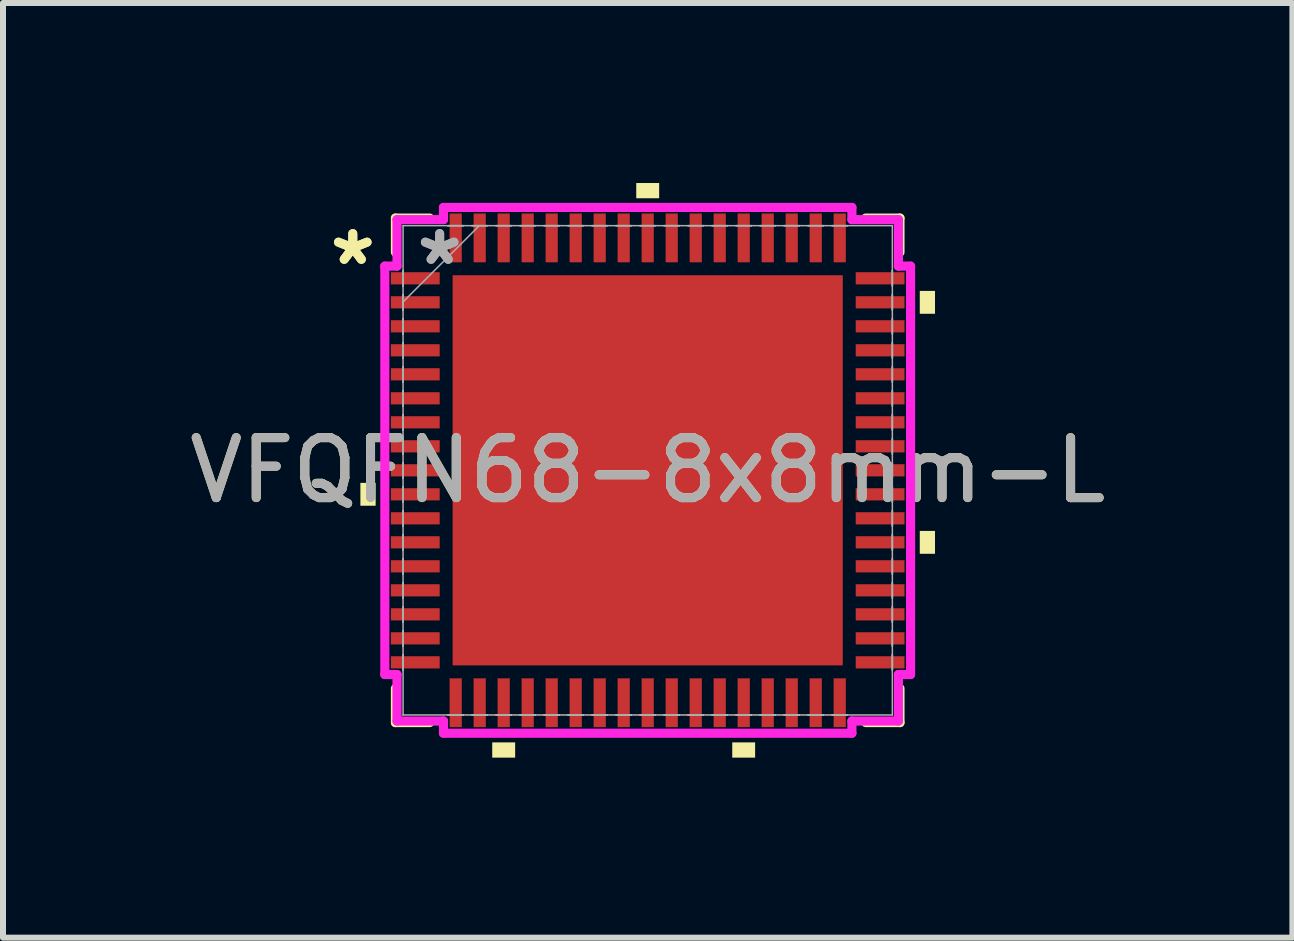
<source format=kicad_pcb>
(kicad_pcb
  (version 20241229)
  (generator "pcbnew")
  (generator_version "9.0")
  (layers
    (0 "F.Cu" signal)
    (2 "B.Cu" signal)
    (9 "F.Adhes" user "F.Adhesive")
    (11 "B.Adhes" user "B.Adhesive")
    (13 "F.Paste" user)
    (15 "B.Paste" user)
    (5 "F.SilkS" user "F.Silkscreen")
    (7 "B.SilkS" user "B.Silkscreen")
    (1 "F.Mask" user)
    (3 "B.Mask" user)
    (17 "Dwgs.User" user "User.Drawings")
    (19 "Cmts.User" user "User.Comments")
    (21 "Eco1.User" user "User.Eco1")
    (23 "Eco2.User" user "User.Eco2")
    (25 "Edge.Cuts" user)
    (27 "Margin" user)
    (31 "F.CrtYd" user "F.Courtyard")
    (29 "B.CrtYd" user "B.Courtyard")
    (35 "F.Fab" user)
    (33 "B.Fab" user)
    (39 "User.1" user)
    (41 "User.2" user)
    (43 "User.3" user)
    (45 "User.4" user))
  (footprint "VFQFN68-8x8mm-L"
    (layer "F.Cu")
    (at 7.744 4.788)
    (property "Reference" "VFQFN68-8x8mm-L" (at 0 0 0) (unlocked yes) (layer "F.SilkS") (effects (font (size 1 1) (thickness 0.15))))
    (attr smd)
    (fp_line (start -4.204 -4.204) (end -4.204 -3.634) (stroke (width 0.152) (type solid)) (layer "F.SilkS"))
    (fp_line (start -4.204 3.634) (end -4.204 4.204) (stroke (width 0.152) (type solid)) (layer "F.SilkS"))
    (fp_line (start -4.204 4.204) (end -3.634 4.204) (stroke (width 0.152) (type solid)) (layer "F.SilkS"))
    (fp_line (start -3.634 -4.204) (end -4.204 -4.204) (stroke (width 0.152) (type solid)) (layer "F.SilkS"))
    (fp_line (start 3.634 4.204) (end 4.204 4.204) (stroke (width 0.152) (type solid)) (layer "F.SilkS"))
    (fp_line (start 4.204 -4.204) (end 3.634 -4.204) (stroke (width 0.152) (type solid)) (layer "F.SilkS"))
    (fp_line (start 4.204 -3.634) (end 4.204 -4.204) (stroke (width 0.152) (type solid)) (layer "F.SilkS"))
    (fp_line (start 4.204 4.204) (end 4.204 3.634) (stroke (width 0.152) (type solid)) (layer "F.SilkS"))
    (fp_poly (pts (xy -4.788 0.209) (xy -4.788 0.59) (xy -4.534 0.59) (xy -4.534 0.209)) (stroke (width 0) (type solid)) (fill yes) (layer "F.SilkS"))
    (fp_poly (pts (xy -2.591 4.534) (xy -2.591 4.788) (xy -2.209 4.788) (xy -2.209 4.534)) (stroke (width 0) (type solid)) (fill yes) (layer "F.SilkS"))
    (fp_poly (pts (xy -0.191 -4.534) (xy -0.191 -4.788) (xy 0.191 -4.788) (xy 0.191 -4.534)) (stroke (width 0) (type solid)) (fill yes) (layer "F.SilkS"))
    (fp_poly (pts (xy 1.409 4.534) (xy 1.409 4.788) (xy 1.79 4.788) (xy 1.79 4.534)) (stroke (width 0) (type solid)) (fill yes) (layer "F.SilkS"))
    (fp_poly (pts (xy 4.788 -2.99) (xy 4.788 -2.609) (xy 4.534 -2.609) (xy 4.534 -2.99)) (stroke (width 0) (type solid)) (fill yes) (layer "F.SilkS"))
    (fp_poly (pts (xy 4.788 1.01) (xy 4.788 1.391) (xy 4.534 1.391) (xy 4.534 1.01)) (stroke (width 0) (type solid)) (fill yes) (layer "F.SilkS"))
    (fp_poly (pts (xy -3.151 -3.151) (xy -3.151 -2.051) (xy -2.051 -2.051) (xy -2.051 -3.151)) (stroke (width 0) (type solid)) (fill yes) (layer "F.Paste"))
    (fp_poly (pts (xy -3.151 -1.851) (xy -3.151 -0.75) (xy -2.051 -0.75) (xy -2.051 -1.851)) (stroke (width 0) (type solid)) (fill yes) (layer "F.Paste"))
    (fp_poly (pts (xy -3.151 -0.55) (xy -3.151 0.55) (xy -2.051 0.55) (xy -2.051 -0.55)) (stroke (width 0) (type solid)) (fill yes) (layer "F.Paste"))
    (fp_poly (pts (xy -3.151 0.75) (xy -3.151 1.851) (xy -2.051 1.851) (xy -2.051 0.75)) (stroke (width 0) (type solid)) (fill yes) (layer "F.Paste"))
    (fp_poly (pts (xy -3.151 2.051) (xy -3.151 3.151) (xy -2.051 3.151) (xy -2.051 2.051)) (stroke (width 0) (type solid)) (fill yes) (layer "F.Paste"))
    (fp_poly (pts (xy -1.851 -3.151) (xy -1.851 -2.051) (xy -0.75 -2.051) (xy -0.75 -3.151)) (stroke (width 0) (type solid)) (fill yes) (layer "F.Paste"))
    (fp_poly (pts (xy -1.851 -1.851) (xy -1.851 -0.75) (xy -0.75 -0.75) (xy -0.75 -1.851)) (stroke (width 0) (type solid)) (fill yes) (layer "F.Paste"))
    (fp_poly (pts (xy -1.851 -0.55) (xy -1.851 0.55) (xy -0.75 0.55) (xy -0.75 -0.55)) (stroke (width 0) (type solid)) (fill yes) (layer "F.Paste"))
    (fp_poly (pts (xy -1.851 0.75) (xy -1.851 1.851) (xy -0.75 1.851) (xy -0.75 0.75)) (stroke (width 0) (type solid)) (fill yes) (layer "F.Paste"))
    (fp_poly (pts (xy -1.851 2.051) (xy -1.851 3.151) (xy -0.75 3.151) (xy -0.75 2.051)) (stroke (width 0) (type solid)) (fill yes) (layer "F.Paste"))
    (fp_poly (pts (xy -0.55 -3.151) (xy -0.55 -2.051) (xy 0.55 -2.051) (xy 0.55 -3.151)) (stroke (width 0) (type solid)) (fill yes) (layer "F.Paste"))
    (fp_poly (pts (xy -0.55 -1.851) (xy -0.55 -0.75) (xy 0.55 -0.75) (xy 0.55 -1.851)) (stroke (width 0) (type solid)) (fill yes) (layer "F.Paste"))
    (fp_poly (pts (xy -0.55 -0.55) (xy -0.55 0.55) (xy 0.55 0.55) (xy 0.55 -0.55)) (stroke (width 0) (type solid)) (fill yes) (layer "F.Paste"))
    (fp_poly (pts (xy -0.55 0.75) (xy -0.55 1.851) (xy 0.55 1.851) (xy 0.55 0.75)) (stroke (width 0) (type solid)) (fill yes) (layer "F.Paste"))
    (fp_poly (pts (xy -0.55 2.051) (xy -0.55 3.151) (xy 0.55 3.151) (xy 0.55 2.051)) (stroke (width 0) (type solid)) (fill yes) (layer "F.Paste"))
    (fp_poly (pts (xy 0.75 -3.151) (xy 0.75 -2.051) (xy 1.851 -2.051) (xy 1.851 -3.151)) (stroke (width 0) (type solid)) (fill yes) (layer "F.Paste"))
    (fp_poly (pts (xy 0.75 -1.851) (xy 0.75 -0.75) (xy 1.851 -0.75) (xy 1.851 -1.851)) (stroke (width 0) (type solid)) (fill yes) (layer "F.Paste"))
    (fp_poly (pts (xy 0.75 -0.55) (xy 0.75 0.55) (xy 1.851 0.55) (xy 1.851 -0.55)) (stroke (width 0) (type solid)) (fill yes) (layer "F.Paste"))
    (fp_poly (pts (xy 0.75 0.75) (xy 0.75 1.851) (xy 1.851 1.851) (xy 1.851 0.75)) (stroke (width 0) (type solid)) (fill yes) (layer "F.Paste"))
    (fp_poly (pts (xy 0.75 2.051) (xy 0.75 3.151) (xy 1.851 3.151) (xy 1.851 2.051)) (stroke (width 0) (type solid)) (fill yes) (layer "F.Paste"))
    (fp_poly (pts (xy 2.051 -3.151) (xy 2.051 -2.051) (xy 3.151 -2.051) (xy 3.151 -3.151)) (stroke (width 0) (type solid)) (fill yes) (layer "F.Paste"))
    (fp_poly (pts (xy 2.051 -1.851) (xy 2.051 -0.75) (xy 3.151 -0.75) (xy 3.151 -1.851)) (stroke (width 0) (type solid)) (fill yes) (layer "F.Paste"))
    (fp_poly (pts (xy 2.051 -0.55) (xy 2.051 0.55) (xy 3.151 0.55) (xy 3.151 -0.55)) (stroke (width 0) (type solid)) (fill yes) (layer "F.Paste"))
    (fp_poly (pts (xy 2.051 0.75) (xy 2.051 1.851) (xy 3.151 1.851) (xy 3.151 0.75)) (stroke (width 0) (type solid)) (fill yes) (layer "F.Paste"))
    (fp_poly (pts (xy 2.051 2.051) (xy 2.051 3.151) (xy 3.151 3.151) (xy 3.151 2.051)) (stroke (width 0) (type solid)) (fill yes) (layer "F.Paste"))
    (fp_line (start -4.381 -3.403) (end -4.178 -3.403) (stroke (width 0.152) (type solid)) (layer "F.CrtYd"))
    (fp_line (start -4.381 3.403) (end -4.381 -3.403) (stroke (width 0.152) (type solid)) (layer "F.CrtYd"))
    (fp_line (start -4.178 -4.178) (end -3.403 -4.178) (stroke (width 0.152) (type solid)) (layer "F.CrtYd"))
    (fp_line (start -4.178 -3.403) (end -4.178 -4.178) (stroke (width 0.152) (type solid)) (layer "F.CrtYd"))
    (fp_line (start -4.178 3.403) (end -4.381 3.403) (stroke (width 0.152) (type solid)) (layer "F.CrtYd"))
    (fp_line (start -4.178 4.178) (end -4.178 3.403) (stroke (width 0.152) (type solid)) (layer "F.CrtYd"))
    (fp_line (start -3.403 -4.381) (end 3.403 -4.381) (stroke (width 0.152) (type solid)) (layer "F.CrtYd"))
    (fp_line (start -3.403 -4.178) (end -3.403 -4.381) (stroke (width 0.152) (type solid)) (layer "F.CrtYd"))
    (fp_line (start -3.403 4.178) (end -4.178 4.178) (stroke (width 0.152) (type solid)) (layer "F.CrtYd"))
    (fp_line (start -3.403 4.381) (end -3.403 4.178) (stroke (width 0.152) (type solid)) (layer "F.CrtYd"))
    (fp_line (start 3.403 -4.381) (end 3.403 -4.178) (stroke (width 0.152) (type solid)) (layer "F.CrtYd"))
    (fp_line (start 3.403 -4.178) (end 4.178 -4.178) (stroke (width 0.152) (type solid)) (layer "F.CrtYd"))
    (fp_line (start 3.403 4.178) (end 3.403 4.381) (stroke (width 0.152) (type solid)) (layer "F.CrtYd"))
    (fp_line (start 3.403 4.381) (end -3.403 4.381) (stroke (width 0.152) (type solid)) (layer "F.CrtYd"))
    (fp_line (start 4.178 -4.178) (end 4.178 -3.403) (stroke (width 0.152) (type solid)) (layer "F.CrtYd"))
    (fp_line (start 4.178 -3.403) (end 4.381 -3.403) (stroke (width 0.152) (type solid)) (layer "F.CrtYd"))
    (fp_line (start 4.178 3.403) (end 4.178 4.178) (stroke (width 0.152) (type solid)) (layer "F.CrtYd"))
    (fp_line (start 4.178 4.178) (end 3.403 4.178) (stroke (width 0.152) (type solid)) (layer "F.CrtYd"))
    (fp_line (start 4.381 -3.403) (end 4.381 3.403) (stroke (width 0.152) (type solid)) (layer "F.CrtYd"))
    (fp_line (start 4.381 3.403) (end 4.178 3.403) (stroke (width 0.152) (type solid)) (layer "F.CrtYd"))
    (fp_line (start -4.077 -4.077) (end -4.077 -4.077) (stroke (width 0.025) (type solid)) (layer "F.Fab"))
    (fp_line (start -4.077 -4.077) (end -4.077 4.077) (stroke (width 0.025) (type solid)) (layer "F.Fab"))
    (fp_line (start -4.077 -3.327) (end -4.077 -3.327) (stroke (width 0.025) (type solid)) (layer "F.Fab"))
    (fp_line (start -4.077 -3.327) (end -4.077 -3.073) (stroke (width 0.025) (type solid)) (layer "F.Fab"))
    (fp_line (start -4.077 -3.073) (end -4.077 -3.327) (stroke (width 0.025) (type solid)) (layer "F.Fab"))
    (fp_line (start -4.077 -3.073) (end -4.077 -3.073) (stroke (width 0.025) (type solid)) (layer "F.Fab"))
    (fp_line (start -4.077 -2.927) (end -4.077 -2.927) (stroke (width 0.025) (type solid)) (layer "F.Fab"))
    (fp_line (start -4.077 -2.927) (end -4.077 -2.673) (stroke (width 0.025) (type solid)) (layer "F.Fab"))
    (fp_line (start -4.077 -2.807) (end -2.807 -4.077) (stroke (width 0.025) (type solid)) (layer "F.Fab"))
    (fp_line (start -4.077 -2.673) (end -4.077 -2.927) (stroke (width 0.025) (type solid)) (layer "F.Fab"))
    (fp_line (start -4.077 -2.673) (end -4.077 -2.673) (stroke (width 0.025) (type solid)) (layer "F.Fab"))
    (fp_line (start -4.077 -2.527) (end -4.077 -2.527) (stroke (width 0.025) (type solid)) (layer "F.Fab"))
    (fp_line (start -4.077 -2.527) (end -4.077 -2.273) (stroke (width 0.025) (type solid)) (layer "F.Fab"))
    (fp_line (start -4.077 -2.273) (end -4.077 -2.527) (stroke (width 0.025) (type solid)) (layer "F.Fab"))
    (fp_line (start -4.077 -2.273) (end -4.077 -2.273) (stroke (width 0.025) (type solid)) (layer "F.Fab"))
    (fp_line (start -4.077 -2.127) (end -4.077 -2.127) (stroke (width 0.025) (type solid)) (layer "F.Fab"))
    (fp_line (start -4.077 -2.127) (end -4.077 -1.873) (stroke (width 0.025) (type solid)) (layer "F.Fab"))
    (fp_line (start -4.077 -1.873) (end -4.077 -2.127) (stroke (width 0.025) (type solid)) (layer "F.Fab"))
    (fp_line (start -4.077 -1.873) (end -4.077 -1.873) (stroke (width 0.025) (type solid)) (layer "F.Fab"))
    (fp_line (start -4.077 -1.727) (end -4.077 -1.727) (stroke (width 0.025) (type solid)) (layer "F.Fab"))
    (fp_line (start -4.077 -1.727) (end -4.077 -1.473) (stroke (width 0.025) (type solid)) (layer "F.Fab"))
    (fp_line (start -4.077 -1.473) (end -4.077 -1.727) (stroke (width 0.025) (type solid)) (layer "F.Fab"))
    (fp_line (start -4.077 -1.473) (end -4.077 -1.473) (stroke (width 0.025) (type solid)) (layer "F.Fab"))
    (fp_line (start -4.077 -1.327) (end -4.077 -1.327) (stroke (width 0.025) (type solid)) (layer "F.Fab"))
    (fp_line (start -4.077 -1.327) (end -4.077 -1.073) (stroke (width 0.025) (type solid)) (layer "F.Fab"))
    (fp_line (start -4.077 -1.073) (end -4.077 -1.327) (stroke (width 0.025) (type solid)) (layer "F.Fab"))
    (fp_line (start -4.077 -1.073) (end -4.077 -1.073) (stroke (width 0.025) (type solid)) (layer "F.Fab"))
    (fp_line (start -4.077 -0.927) (end -4.077 -0.927) (stroke (width 0.025) (type solid)) (layer "F.Fab"))
    (fp_line (start -4.077 -0.927) (end -4.077 -0.673) (stroke (width 0.025) (type solid)) (layer "F.Fab"))
    (fp_line (start -4.077 -0.673) (end -4.077 -0.927) (stroke (width 0.025) (type solid)) (layer "F.Fab"))
    (fp_line (start -4.077 -0.673) (end -4.077 -0.673) (stroke (width 0.025) (type solid)) (layer "F.Fab"))
    (fp_line (start -4.077 -0.527) (end -4.077 -0.527) (stroke (width 0.025) (type solid)) (layer "F.Fab"))
    (fp_line (start -4.077 -0.527) (end -4.077 -0.273) (stroke (width 0.025) (type solid)) (layer "F.Fab"))
    (fp_line (start -4.077 -0.273) (end -4.077 -0.527) (stroke (width 0.025) (type solid)) (layer "F.Fab"))
    (fp_line (start -4.077 -0.273) (end -4.077 -0.273) (stroke (width 0.025) (type solid)) (layer "F.Fab"))
    (fp_line (start -4.077 -0.127) (end -4.077 -0.127) (stroke (width 0.025) (type solid)) (layer "F.Fab"))
    (fp_line (start -4.077 -0.127) (end -4.077 0.127) (stroke (width 0.025) (type solid)) (layer "F.Fab"))
    (fp_line (start -4.077 0.127) (end -4.077 -0.127) (stroke (width 0.025) (type solid)) (layer "F.Fab"))
    (fp_line (start -4.077 0.127) (end -4.077 0.127) (stroke (width 0.025) (type solid)) (layer "F.Fab"))
    (fp_line (start -4.077 0.273) (end -4.077 0.273) (stroke (width 0.025) (type solid)) (layer "F.Fab"))
    (fp_line (start -4.077 0.273) (end -4.077 0.527) (stroke (width 0.025) (type solid)) (layer "F.Fab"))
    (fp_line (start -4.077 0.527) (end -4.077 0.273) (stroke (width 0.025) (type solid)) (layer "F.Fab"))
    (fp_line (start -4.077 0.527) (end -4.077 0.527) (stroke (width 0.025) (type solid)) (layer "F.Fab"))
    (fp_line (start -4.077 0.673) (end -4.077 0.673) (stroke (width 0.025) (type solid)) (layer "F.Fab"))
    (fp_line (start -4.077 0.673) (end -4.077 0.927) (stroke (width 0.025) (type solid)) (layer "F.Fab"))
    (fp_line (start -4.077 0.927) (end -4.077 0.673) (stroke (width 0.025) (type solid)) (layer "F.Fab"))
    (fp_line (start -4.077 0.927) (end -4.077 0.927) (stroke (width 0.025) (type solid)) (layer "F.Fab"))
    (fp_line (start -4.077 1.073) (end -4.077 1.073) (stroke (width 0.025) (type solid)) (layer "F.Fab"))
    (fp_line (start -4.077 1.073) (end -4.077 1.327) (stroke (width 0.025) (type solid)) (layer "F.Fab"))
    (fp_line (start -4.077 1.327) (end -4.077 1.073) (stroke (width 0.025) (type solid)) (layer "F.Fab"))
    (fp_line (start -4.077 1.327) (end -4.077 1.327) (stroke (width 0.025) (type solid)) (layer "F.Fab"))
    (fp_line (start -4.077 1.473) (end -4.077 1.473) (stroke (width 0.025) (type solid)) (layer "F.Fab"))
    (fp_line (start -4.077 1.473) (end -4.077 1.727) (stroke (width 0.025) (type solid)) (layer "F.Fab"))
    (fp_line (start -4.077 1.727) (end -4.077 1.473) (stroke (width 0.025) (type solid)) (layer "F.Fab"))
    (fp_line (start -4.077 1.727) (end -4.077 1.727) (stroke (width 0.025) (type solid)) (layer "F.Fab"))
    (fp_line (start -4.077 1.873) (end -4.077 1.873) (stroke (width 0.025) (type solid)) (layer "F.Fab"))
    (fp_line (start -4.077 1.873) (end -4.077 2.127) (stroke (width 0.025) (type solid)) (layer "F.Fab"))
    (fp_line (start -4.077 2.127) (end -4.077 1.873) (stroke (width 0.025) (type solid)) (layer "F.Fab"))
    (fp_line (start -4.077 2.127) (end -4.077 2.127) (stroke (width 0.025) (type solid)) (layer "F.Fab"))
    (fp_line (start -4.077 2.273) (end -4.077 2.273) (stroke (width 0.025) (type solid)) (layer "F.Fab"))
    (fp_line (start -4.077 2.273) (end -4.077 2.527) (stroke (width 0.025) (type solid)) (layer "F.Fab"))
    (fp_line (start -4.077 2.527) (end -4.077 2.273) (stroke (width 0.025) (type solid)) (layer "F.Fab"))
    (fp_line (start -4.077 2.527) (end -4.077 2.527) (stroke (width 0.025) (type solid)) (layer "F.Fab"))
    (fp_line (start -4.077 2.673) (end -4.077 2.673) (stroke (width 0.025) (type solid)) (layer "F.Fab"))
    (fp_line (start -4.077 2.673) (end -4.077 2.927) (stroke (width 0.025) (type solid)) (layer "F.Fab"))
    (fp_line (start -4.077 2.927) (end -4.077 2.673) (stroke (width 0.025) (type solid)) (layer "F.Fab"))
    (fp_line (start -4.077 2.927) (end -4.077 2.927) (stroke (width 0.025) (type solid)) (layer "F.Fab"))
    (fp_line (start -4.077 3.073) (end -4.077 3.073) (stroke (width 0.025) (type solid)) (layer "F.Fab"))
    (fp_line (start -4.077 3.073) (end -4.077 3.327) (stroke (width 0.025) (type solid)) (layer "F.Fab"))
    (fp_line (start -4.077 3.327) (end -4.077 3.073) (stroke (width 0.025) (type solid)) (layer "F.Fab"))
    (fp_line (start -4.077 3.327) (end -4.077 3.327) (stroke (width 0.025) (type solid)) (layer "F.Fab"))
    (fp_line (start -4.077 4.077) (end -4.077 4.077) (stroke (width 0.025) (type solid)) (layer "F.Fab"))
    (fp_line (start -4.077 4.077) (end 4.077 4.077) (stroke (width 0.025) (type solid)) (layer "F.Fab"))
    (fp_line (start -3.327 -4.077) (end -3.327 -4.077) (stroke (width 0.025) (type solid)) (layer "F.Fab"))
    (fp_line (start -3.327 -4.077) (end -3.073 -4.077) (stroke (width 0.025) (type solid)) (layer "F.Fab"))
    (fp_line (start -3.327 4.077) (end -3.327 4.077) (stroke (width 0.025) (type solid)) (layer "F.Fab"))
    (fp_line (start -3.327 4.077) (end -3.073 4.077) (stroke (width 0.025) (type solid)) (layer "F.Fab"))
    (fp_line (start -3.073 -4.077) (end -3.327 -4.077) (stroke (width 0.025) (type solid)) (layer "F.Fab"))
    (fp_line (start -3.073 -4.077) (end -3.073 -4.077) (stroke (width 0.025) (type solid)) (layer "F.Fab"))
    (fp_line (start -3.073 4.077) (end -3.327 4.077) (stroke (width 0.025) (type solid)) (layer "F.Fab"))
    (fp_line (start -3.073 4.077) (end -3.073 4.077) (stroke (width 0.025) (type solid)) (layer "F.Fab"))
    (fp_line (start -2.927 -4.077) (end -2.927 -4.077) (stroke (width 0.025) (type solid)) (layer "F.Fab"))
    (fp_line (start -2.927 -4.077) (end -2.673 -4.077) (stroke (width 0.025) (type solid)) (layer "F.Fab"))
    (fp_line (start -2.927 4.077) (end -2.927 4.077) (stroke (width 0.025) (type solid)) (layer "F.Fab"))
    (fp_line (start -2.927 4.077) (end -2.673 4.077) (stroke (width 0.025) (type solid)) (layer "F.Fab"))
    (fp_line (start -2.673 -4.077) (end -2.927 -4.077) (stroke (width 0.025) (type solid)) (layer "F.Fab"))
    (fp_line (start -2.673 -4.077) (end -2.673 -4.077) (stroke (width 0.025) (type solid)) (layer "F.Fab"))
    (fp_line (start -2.673 4.077) (end -2.927 4.077) (stroke (width 0.025) (type solid)) (layer "F.Fab"))
    (fp_line (start -2.673 4.077) (end -2.673 4.077) (stroke (width 0.025) (type solid)) (layer "F.Fab"))
    (fp_line (start -2.527 -4.077) (end -2.527 -4.077) (stroke (width 0.025) (type solid)) (layer "F.Fab"))
    (fp_line (start -2.527 -4.077) (end -2.273 -4.077) (stroke (width 0.025) (type solid)) (layer "F.Fab"))
    (fp_line (start -2.527 4.077) (end -2.527 4.077) (stroke (width 0.025) (type solid)) (layer "F.Fab"))
    (fp_line (start -2.527 4.077) (end -2.273 4.077) (stroke (width 0.025) (type solid)) (layer "F.Fab"))
    (fp_line (start -2.273 -4.077) (end -2.527 -4.077) (stroke (width 0.025) (type solid)) (layer "F.Fab"))
    (fp_line (start -2.273 -4.077) (end -2.273 -4.077) (stroke (width 0.025) (type solid)) (layer "F.Fab"))
    (fp_line (start -2.273 4.077) (end -2.527 4.077) (stroke (width 0.025) (type solid)) (layer "F.Fab"))
    (fp_line (start -2.273 4.077) (end -2.273 4.077) (stroke (width 0.025) (type solid)) (layer "F.Fab"))
    (fp_line (start -2.127 -4.077) (end -2.127 -4.077) (stroke (width 0.025) (type solid)) (layer "F.Fab"))
    (fp_line (start -2.127 -4.077) (end -1.873 -4.077) (stroke (width 0.025) (type solid)) (layer "F.Fab"))
    (fp_line (start -2.127 4.077) (end -2.127 4.077) (stroke (width 0.025) (type solid)) (layer "F.Fab"))
    (fp_line (start -2.127 4.077) (end -1.873 4.077) (stroke (width 0.025) (type solid)) (layer "F.Fab"))
    (fp_line (start -1.873 -4.077) (end -2.127 -4.077) (stroke (width 0.025) (type solid)) (layer "F.Fab"))
    (fp_line (start -1.873 -4.077) (end -1.873 -4.077) (stroke (width 0.025) (type solid)) (layer "F.Fab"))
    (fp_line (start -1.873 4.077) (end -2.127 4.077) (stroke (width 0.025) (type solid)) (layer "F.Fab"))
    (fp_line (start -1.873 4.077) (end -1.873 4.077) (stroke (width 0.025) (type solid)) (layer "F.Fab"))
    (fp_line (start -1.727 -4.077) (end -1.727 -4.077) (stroke (width 0.025) (type solid)) (layer "F.Fab"))
    (fp_line (start -1.727 -4.077) (end -1.473 -4.077) (stroke (width 0.025) (type solid)) (layer "F.Fab"))
    (fp_line (start -1.727 4.077) (end -1.727 4.077) (stroke (width 0.025) (type solid)) (layer "F.Fab"))
    (fp_line (start -1.727 4.077) (end -1.473 4.077) (stroke (width 0.025) (type solid)) (layer "F.Fab"))
    (fp_line (start -1.473 -4.077) (end -1.727 -4.077) (stroke (width 0.025) (type solid)) (layer "F.Fab"))
    (fp_line (start -1.473 -4.077) (end -1.473 -4.077) (stroke (width 0.025) (type solid)) (layer "F.Fab"))
    (fp_line (start -1.473 4.077) (end -1.727 4.077) (stroke (width 0.025) (type solid)) (layer "F.Fab"))
    (fp_line (start -1.473 4.077) (end -1.473 4.077) (stroke (width 0.025) (type solid)) (layer "F.Fab"))
    (fp_line (start -1.327 -4.077) (end -1.327 -4.077) (stroke (width 0.025) (type solid)) (layer "F.Fab"))
    (fp_line (start -1.327 -4.077) (end -1.073 -4.077) (stroke (width 0.025) (type solid)) (layer "F.Fab"))
    (fp_line (start -1.327 4.077) (end -1.327 4.077) (stroke (width 0.025) (type solid)) (layer "F.Fab"))
    (fp_line (start -1.327 4.077) (end -1.073 4.077) (stroke (width 0.025) (type solid)) (layer "F.Fab"))
    (fp_line (start -1.073 -4.077) (end -1.327 -4.077) (stroke (width 0.025) (type solid)) (layer "F.Fab"))
    (fp_line (start -1.073 -4.077) (end -1.073 -4.077) (stroke (width 0.025) (type solid)) (layer "F.Fab"))
    (fp_line (start -1.073 4.077) (end -1.327 4.077) (stroke (width 0.025) (type solid)) (layer "F.Fab"))
    (fp_line (start -1.073 4.077) (end -1.073 4.077) (stroke (width 0.025) (type solid)) (layer "F.Fab"))
    (fp_line (start -0.927 -4.077) (end -0.927 -4.077) (stroke (width 0.025) (type solid)) (layer "F.Fab"))
    (fp_line (start -0.927 -4.077) (end -0.673 -4.077) (stroke (width 0.025) (type solid)) (layer "F.Fab"))
    (fp_line (start -0.927 4.077) (end -0.927 4.077) (stroke (width 0.025) (type solid)) (layer "F.Fab"))
    (fp_line (start -0.927 4.077) (end -0.673 4.077) (stroke (width 0.025) (type solid)) (layer "F.Fab"))
    (fp_line (start -0.673 -4.077) (end -0.927 -4.077) (stroke (width 0.025) (type solid)) (layer "F.Fab"))
    (fp_line (start -0.673 -4.077) (end -0.673 -4.077) (stroke (width 0.025) (type solid)) (layer "F.Fab"))
    (fp_line (start -0.673 4.077) (end -0.927 4.077) (stroke (width 0.025) (type solid)) (layer "F.Fab"))
    (fp_line (start -0.673 4.077) (end -0.673 4.077) (stroke (width 0.025) (type solid)) (layer "F.Fab"))
    (fp_line (start -0.527 -4.077) (end -0.527 -4.077) (stroke (width 0.025) (type solid)) (layer "F.Fab"))
    (fp_line (start -0.527 -4.077) (end -0.273 -4.077) (stroke (width 0.025) (type solid)) (layer "F.Fab"))
    (fp_line (start -0.527 4.077) (end -0.527 4.077) (stroke (width 0.025) (type solid)) (layer "F.Fab"))
    (fp_line (start -0.527 4.077) (end -0.273 4.077) (stroke (width 0.025) (type solid)) (layer "F.Fab"))
    (fp_line (start -0.273 -4.077) (end -0.527 -4.077) (stroke (width 0.025) (type solid)) (layer "F.Fab"))
    (fp_line (start -0.273 -4.077) (end -0.273 -4.077) (stroke (width 0.025) (type solid)) (layer "F.Fab"))
    (fp_line (start -0.273 4.077) (end -0.527 4.077) (stroke (width 0.025) (type solid)) (layer "F.Fab"))
    (fp_line (start -0.273 4.077) (end -0.273 4.077) (stroke (width 0.025) (type solid)) (layer "F.Fab"))
    (fp_line (start -0.127 -4.077) (end -0.127 -4.077) (stroke (width 0.025) (type solid)) (layer "F.Fab"))
    (fp_line (start -0.127 -4.077) (end 0.127 -4.077) (stroke (width 0.025) (type solid)) (layer "F.Fab"))
    (fp_line (start -0.127 4.077) (end -0.127 4.077) (stroke (width 0.025) (type solid)) (layer "F.Fab"))
    (fp_line (start -0.127 4.077) (end 0.127 4.077) (stroke (width 0.025) (type solid)) (layer "F.Fab"))
    (fp_line (start 0.127 -4.077) (end -0.127 -4.077) (stroke (width 0.025) (type solid)) (layer "F.Fab"))
    (fp_line (start 0.127 -4.077) (end 0.127 -4.077) (stroke (width 0.025) (type solid)) (layer "F.Fab"))
    (fp_line (start 0.127 4.077) (end -0.127 4.077) (stroke (width 0.025) (type solid)) (layer "F.Fab"))
    (fp_line (start 0.127 4.077) (end 0.127 4.077) (stroke (width 0.025) (type solid)) (layer "F.Fab"))
    (fp_line (start 0.273 -4.077) (end 0.273 -4.077) (stroke (width 0.025) (type solid)) (layer "F.Fab"))
    (fp_line (start 0.273 -4.077) (end 0.527 -4.077) (stroke (width 0.025) (type solid)) (layer "F.Fab"))
    (fp_line (start 0.273 4.077) (end 0.273 4.077) (stroke (width 0.025) (type solid)) (layer "F.Fab"))
    (fp_line (start 0.273 4.077) (end 0.527 4.077) (stroke (width 0.025) (type solid)) (layer "F.Fab"))
    (fp_line (start 0.527 -4.077) (end 0.273 -4.077) (stroke (width 0.025) (type solid)) (layer "F.Fab"))
    (fp_line (start 0.527 -4.077) (end 0.527 -4.077) (stroke (width 0.025) (type solid)) (layer "F.Fab"))
    (fp_line (start 0.527 4.077) (end 0.273 4.077) (stroke (width 0.025) (type solid)) (layer "F.Fab"))
    (fp_line (start 0.527 4.077) (end 0.527 4.077) (stroke (width 0.025) (type solid)) (layer "F.Fab"))
    (fp_line (start 0.673 -4.077) (end 0.673 -4.077) (stroke (width 0.025) (type solid)) (layer "F.Fab"))
    (fp_line (start 0.673 -4.077) (end 0.927 -4.077) (stroke (width 0.025) (type solid)) (layer "F.Fab"))
    (fp_line (start 0.673 4.077) (end 0.673 4.077) (stroke (width 0.025) (type solid)) (layer "F.Fab"))
    (fp_line (start 0.673 4.077) (end 0.927 4.077) (stroke (width 0.025) (type solid)) (layer "F.Fab"))
    (fp_line (start 0.927 -4.077) (end 0.673 -4.077) (stroke (width 0.025) (type solid)) (layer "F.Fab"))
    (fp_line (start 0.927 -4.077) (end 0.927 -4.077) (stroke (width 0.025) (type solid)) (layer "F.Fab"))
    (fp_line (start 0.927 4.077) (end 0.673 4.077) (stroke (width 0.025) (type solid)) (layer "F.Fab"))
    (fp_line (start 0.927 4.077) (end 0.927 4.077) (stroke (width 0.025) (type solid)) (layer "F.Fab"))
    (fp_line (start 1.073 -4.077) (end 1.073 -4.077) (stroke (width 0.025) (type solid)) (layer "F.Fab"))
    (fp_line (start 1.073 -4.077) (end 1.327 -4.077) (stroke (width 0.025) (type solid)) (layer "F.Fab"))
    (fp_line (start 1.073 4.077) (end 1.073 4.077) (stroke (width 0.025) (type solid)) (layer "F.Fab"))
    (fp_line (start 1.073 4.077) (end 1.327 4.077) (stroke (width 0.025) (type solid)) (layer "F.Fab"))
    (fp_line (start 1.327 -4.077) (end 1.073 -4.077) (stroke (width 0.025) (type solid)) (layer "F.Fab"))
    (fp_line (start 1.327 -4.077) (end 1.327 -4.077) (stroke (width 0.025) (type solid)) (layer "F.Fab"))
    (fp_line (start 1.327 4.077) (end 1.073 4.077) (stroke (width 0.025) (type solid)) (layer "F.Fab"))
    (fp_line (start 1.327 4.077) (end 1.327 4.077) (stroke (width 0.025) (type solid)) (layer "F.Fab"))
    (fp_line (start 1.473 -4.077) (end 1.473 -4.077) (stroke (width 0.025) (type solid)) (layer "F.Fab"))
    (fp_line (start 1.473 -4.077) (end 1.727 -4.077) (stroke (width 0.025) (type solid)) (layer "F.Fab"))
    (fp_line (start 1.473 4.077) (end 1.473 4.077) (stroke (width 0.025) (type solid)) (layer "F.Fab"))
    (fp_line (start 1.473 4.077) (end 1.727 4.077) (stroke (width 0.025) (type solid)) (layer "F.Fab"))
    (fp_line (start 1.727 -4.077) (end 1.473 -4.077) (stroke (width 0.025) (type solid)) (layer "F.Fab"))
    (fp_line (start 1.727 -4.077) (end 1.727 -4.077) (stroke (width 0.025) (type solid)) (layer "F.Fab"))
    (fp_line (start 1.727 4.077) (end 1.473 4.077) (stroke (width 0.025) (type solid)) (layer "F.Fab"))
    (fp_line (start 1.727 4.077) (end 1.727 4.077) (stroke (width 0.025) (type solid)) (layer "F.Fab"))
    (fp_line (start 1.873 -4.077) (end 1.873 -4.077) (stroke (width 0.025) (type solid)) (layer "F.Fab"))
    (fp_line (start 1.873 -4.077) (end 2.127 -4.077) (stroke (width 0.025) (type solid)) (layer "F.Fab"))
    (fp_line (start 1.873 4.077) (end 1.873 4.077) (stroke (width 0.025) (type solid)) (layer "F.Fab"))
    (fp_line (start 1.873 4.077) (end 2.127 4.077) (stroke (width 0.025) (type solid)) (layer "F.Fab"))
    (fp_line (start 2.127 -4.077) (end 1.873 -4.077) (stroke (width 0.025) (type solid)) (layer "F.Fab"))
    (fp_line (start 2.127 -4.077) (end 2.127 -4.077) (stroke (width 0.025) (type solid)) (layer "F.Fab"))
    (fp_line (start 2.127 4.077) (end 1.873 4.077) (stroke (width 0.025) (type solid)) (layer "F.Fab"))
    (fp_line (start 2.127 4.077) (end 2.127 4.077) (stroke (width 0.025) (type solid)) (layer "F.Fab"))
    (fp_line (start 2.273 -4.077) (end 2.273 -4.077) (stroke (width 0.025) (type solid)) (layer "F.Fab"))
    (fp_line (start 2.273 -4.077) (end 2.527 -4.077) (stroke (width 0.025) (type solid)) (layer "F.Fab"))
    (fp_line (start 2.273 4.077) (end 2.273 4.077) (stroke (width 0.025) (type solid)) (layer "F.Fab"))
    (fp_line (start 2.273 4.077) (end 2.527 4.077) (stroke (width 0.025) (type solid)) (layer "F.Fab"))
    (fp_line (start 2.527 -4.077) (end 2.273 -4.077) (stroke (width 0.025) (type solid)) (layer "F.Fab"))
    (fp_line (start 2.527 -4.077) (end 2.527 -4.077) (stroke (width 0.025) (type solid)) (layer "F.Fab"))
    (fp_line (start 2.527 4.077) (end 2.273 4.077) (stroke (width 0.025) (type solid)) (layer "F.Fab"))
    (fp_line (start 2.527 4.077) (end 2.527 4.077) (stroke (width 0.025) (type solid)) (layer "F.Fab"))
    (fp_line (start 2.673 -4.077) (end 2.673 -4.077) (stroke (width 0.025) (type solid)) (layer "F.Fab"))
    (fp_line (start 2.673 -4.077) (end 2.927 -4.077) (stroke (width 0.025) (type solid)) (layer "F.Fab"))
    (fp_line (start 2.673 4.077) (end 2.673 4.077) (stroke (width 0.025) (type solid)) (layer "F.Fab"))
    (fp_line (start 2.673 4.077) (end 2.927 4.077) (stroke (width 0.025) (type solid)) (layer "F.Fab"))
    (fp_line (start 2.927 -4.077) (end 2.673 -4.077) (stroke (width 0.025) (type solid)) (layer "F.Fab"))
    (fp_line (start 2.927 -4.077) (end 2.927 -4.077) (stroke (width 0.025) (type solid)) (layer "F.Fab"))
    (fp_line (start 2.927 4.077) (end 2.673 4.077) (stroke (width 0.025) (type solid)) (layer "F.Fab"))
    (fp_line (start 2.927 4.077) (end 2.927 4.077) (stroke (width 0.025) (type solid)) (layer "F.Fab"))
    (fp_line (start 3.073 -4.077) (end 3.073 -4.077) (stroke (width 0.025) (type solid)) (layer "F.Fab"))
    (fp_line (start 3.073 -4.077) (end 3.327 -4.077) (stroke (width 0.025) (type solid)) (layer "F.Fab"))
    (fp_line (start 3.073 4.077) (end 3.073 4.077) (stroke (width 0.025) (type solid)) (layer "F.Fab"))
    (fp_line (start 3.073 4.077) (end 3.327 4.077) (stroke (width 0.025) (type solid)) (layer "F.Fab"))
    (fp_line (start 3.327 -4.077) (end 3.073 -4.077) (stroke (width 0.025) (type solid)) (layer "F.Fab"))
    (fp_line (start 3.327 -4.077) (end 3.327 -4.077) (stroke (width 0.025) (type solid)) (layer "F.Fab"))
    (fp_line (start 3.327 4.077) (end 3.073 4.077) (stroke (width 0.025) (type solid)) (layer "F.Fab"))
    (fp_line (start 3.327 4.077) (end 3.327 4.077) (stroke (width 0.025) (type solid)) (layer "F.Fab"))
    (fp_line (start 4.077 -4.077) (end -4.077 -4.077) (stroke (width 0.025) (type solid)) (layer "F.Fab"))
    (fp_line (start 4.077 -4.077) (end 4.077 -4.077) (stroke (width 0.025) (type solid)) (layer "F.Fab"))
    (fp_line (start 4.077 -3.327) (end 4.077 -3.327) (stroke (width 0.025) (type solid)) (layer "F.Fab"))
    (fp_line (start 4.077 -3.327) (end 4.077 -3.073) (stroke (width 0.025) (type solid)) (layer "F.Fab"))
    (fp_line (start 4.077 -3.073) (end 4.077 -3.327) (stroke (width 0.025) (type solid)) (layer "F.Fab"))
    (fp_line (start 4.077 -3.073) (end 4.077 -3.073) (stroke (width 0.025) (type solid)) (layer "F.Fab"))
    (fp_line (start 4.077 -2.927) (end 4.077 -2.927) (stroke (width 0.025) (type solid)) (layer "F.Fab"))
    (fp_line (start 4.077 -2.927) (end 4.077 -2.673) (stroke (width 0.025) (type solid)) (layer "F.Fab"))
    (fp_line (start 4.077 -2.673) (end 4.077 -2.927) (stroke (width 0.025) (type solid)) (layer "F.Fab"))
    (fp_line (start 4.077 -2.673) (end 4.077 -2.673) (stroke (width 0.025) (type solid)) (layer "F.Fab"))
    (fp_line (start 4.077 -2.527) (end 4.077 -2.527) (stroke (width 0.025) (type solid)) (layer "F.Fab"))
    (fp_line (start 4.077 -2.527) (end 4.077 -2.273) (stroke (width 0.025) (type solid)) (layer "F.Fab"))
    (fp_line (start 4.077 -2.273) (end 4.077 -2.527) (stroke (width 0.025) (type solid)) (layer "F.Fab"))
    (fp_line (start 4.077 -2.273) (end 4.077 -2.273) (stroke (width 0.025) (type solid)) (layer "F.Fab"))
    (fp_line (start 4.077 -2.127) (end 4.077 -2.127) (stroke (width 0.025) (type solid)) (layer "F.Fab"))
    (fp_line (start 4.077 -2.127) (end 4.077 -1.873) (stroke (width 0.025) (type solid)) (layer "F.Fab"))
    (fp_line (start 4.077 -1.873) (end 4.077 -2.127) (stroke (width 0.025) (type solid)) (layer "F.Fab"))
    (fp_line (start 4.077 -1.873) (end 4.077 -1.873) (stroke (width 0.025) (type solid)) (layer "F.Fab"))
    (fp_line (start 4.077 -1.727) (end 4.077 -1.727) (stroke (width 0.025) (type solid)) (layer "F.Fab"))
    (fp_line (start 4.077 -1.727) (end 4.077 -1.473) (stroke (width 0.025) (type solid)) (layer "F.Fab"))
    (fp_line (start 4.077 -1.473) (end 4.077 -1.727) (stroke (width 0.025) (type solid)) (layer "F.Fab"))
    (fp_line (start 4.077 -1.473) (end 4.077 -1.473) (stroke (width 0.025) (type solid)) (layer "F.Fab"))
    (fp_line (start 4.077 -1.327) (end 4.077 -1.327) (stroke (width 0.025) (type solid)) (layer "F.Fab"))
    (fp_line (start 4.077 -1.327) (end 4.077 -1.073) (stroke (width 0.025) (type solid)) (layer "F.Fab"))
    (fp_line (start 4.077 -1.073) (end 4.077 -1.327) (stroke (width 0.025) (type solid)) (layer "F.Fab"))
    (fp_line (start 4.077 -1.073) (end 4.077 -1.073) (stroke (width 0.025) (type solid)) (layer "F.Fab"))
    (fp_line (start 4.077 -0.927) (end 4.077 -0.927) (stroke (width 0.025) (type solid)) (layer "F.Fab"))
    (fp_line (start 4.077 -0.927) (end 4.077 -0.673) (stroke (width 0.025) (type solid)) (layer "F.Fab"))
    (fp_line (start 4.077 -0.673) (end 4.077 -0.927) (stroke (width 0.025) (type solid)) (layer "F.Fab"))
    (fp_line (start 4.077 -0.673) (end 4.077 -0.673) (stroke (width 0.025) (type solid)) (layer "F.Fab"))
    (fp_line (start 4.077 -0.527) (end 4.077 -0.527) (stroke (width 0.025) (type solid)) (layer "F.Fab"))
    (fp_line (start 4.077 -0.527) (end 4.077 -0.273) (stroke (width 0.025) (type solid)) (layer "F.Fab"))
    (fp_line (start 4.077 -0.273) (end 4.077 -0.527) (stroke (width 0.025) (type solid)) (layer "F.Fab"))
    (fp_line (start 4.077 -0.273) (end 4.077 -0.273) (stroke (width 0.025) (type solid)) (layer "F.Fab"))
    (fp_line (start 4.077 -0.127) (end 4.077 -0.127) (stroke (width 0.025) (type solid)) (layer "F.Fab"))
    (fp_line (start 4.077 -0.127) (end 4.077 0.127) (stroke (width 0.025) (type solid)) (layer "F.Fab"))
    (fp_line (start 4.077 0.127) (end 4.077 -0.127) (stroke (width 0.025) (type solid)) (layer "F.Fab"))
    (fp_line (start 4.077 0.127) (end 4.077 0.127) (stroke (width 0.025) (type solid)) (layer "F.Fab"))
    (fp_line (start 4.077 0.273) (end 4.077 0.273) (stroke (width 0.025) (type solid)) (layer "F.Fab"))
    (fp_line (start 4.077 0.273) (end 4.077 0.527) (stroke (width 0.025) (type solid)) (layer "F.Fab"))
    (fp_line (start 4.077 0.527) (end 4.077 0.273) (stroke (width 0.025) (type solid)) (layer "F.Fab"))
    (fp_line (start 4.077 0.527) (end 4.077 0.527) (stroke (width 0.025) (type solid)) (layer "F.Fab"))
    (fp_line (start 4.077 0.673) (end 4.077 0.673) (stroke (width 0.025) (type solid)) (layer "F.Fab"))
    (fp_line (start 4.077 0.673) (end 4.077 0.927) (stroke (width 0.025) (type solid)) (layer "F.Fab"))
    (fp_line (start 4.077 0.927) (end 4.077 0.673) (stroke (width 0.025) (type solid)) (layer "F.Fab"))
    (fp_line (start 4.077 0.927) (end 4.077 0.927) (stroke (width 0.025) (type solid)) (layer "F.Fab"))
    (fp_line (start 4.077 1.073) (end 4.077 1.073) (stroke (width 0.025) (type solid)) (layer "F.Fab"))
    (fp_line (start 4.077 1.073) (end 4.077 1.327) (stroke (width 0.025) (type solid)) (layer "F.Fab"))
    (fp_line (start 4.077 1.327) (end 4.077 1.073) (stroke (width 0.025) (type solid)) (layer "F.Fab"))
    (fp_line (start 4.077 1.327) (end 4.077 1.327) (stroke (width 0.025) (type solid)) (layer "F.Fab"))
    (fp_line (start 4.077 1.473) (end 4.077 1.473) (stroke (width 0.025) (type solid)) (layer "F.Fab"))
    (fp_line (start 4.077 1.473) (end 4.077 1.727) (stroke (width 0.025) (type solid)) (layer "F.Fab"))
    (fp_line (start 4.077 1.727) (end 4.077 1.473) (stroke (width 0.025) (type solid)) (layer "F.Fab"))
    (fp_line (start 4.077 1.727) (end 4.077 1.727) (stroke (width 0.025) (type solid)) (layer "F.Fab"))
    (fp_line (start 4.077 1.873) (end 4.077 1.873) (stroke (width 0.025) (type solid)) (layer "F.Fab"))
    (fp_line (start 4.077 1.873) (end 4.077 2.127) (stroke (width 0.025) (type solid)) (layer "F.Fab"))
    (fp_line (start 4.077 2.127) (end 4.077 1.873) (stroke (width 0.025) (type solid)) (layer "F.Fab"))
    (fp_line (start 4.077 2.127) (end 4.077 2.127) (stroke (width 0.025) (type solid)) (layer "F.Fab"))
    (fp_line (start 4.077 2.273) (end 4.077 2.273) (stroke (width 0.025) (type solid)) (layer "F.Fab"))
    (fp_line (start 4.077 2.273) (end 4.077 2.527) (stroke (width 0.025) (type solid)) (layer "F.Fab"))
    (fp_line (start 4.077 2.527) (end 4.077 2.273) (stroke (width 0.025) (type solid)) (layer "F.Fab"))
    (fp_line (start 4.077 2.527) (end 4.077 2.527) (stroke (width 0.025) (type solid)) (layer "F.Fab"))
    (fp_line (start 4.077 2.673) (end 4.077 2.673) (stroke (width 0.025) (type solid)) (layer "F.Fab"))
    (fp_line (start 4.077 2.673) (end 4.077 2.927) (stroke (width 0.025) (type solid)) (layer "F.Fab"))
    (fp_line (start 4.077 2.927) (end 4.077 2.673) (stroke (width 0.025) (type solid)) (layer "F.Fab"))
    (fp_line (start 4.077 2.927) (end 4.077 2.927) (stroke (width 0.025) (type solid)) (layer "F.Fab"))
    (fp_line (start 4.077 3.073) (end 4.077 3.073) (stroke (width 0.025) (type solid)) (layer "F.Fab"))
    (fp_line (start 4.077 3.073) (end 4.077 3.327) (stroke (width 0.025) (type solid)) (layer "F.Fab"))
    (fp_line (start 4.077 3.327) (end 4.077 3.073) (stroke (width 0.025) (type solid)) (layer "F.Fab"))
    (fp_line (start 4.077 3.327) (end 4.077 3.327) (stroke (width 0.025) (type solid)) (layer "F.Fab"))
    (fp_line (start 4.077 4.077) (end 4.077 -4.077) (stroke (width 0.025) (type solid)) (layer "F.Fab"))
    (fp_line (start 4.077 4.077) (end 4.077 4.077) (stroke (width 0.025) (type solid)) (layer "F.Fab"))
    (fp_text user "*" (at -4.915 -3.4 0) (unlocked yes) (layer "F.SilkS") (effects (font (size 1 1) (thickness 0.15))))
    (fp_text user "*" (at -4.915 -3.4 0) (layer "F.SilkS") (effects (font (size 1 1) (thickness 0.15))))
    (fp_text user "*" (at -3.467 -3.4 0) (layer "F.Fab") (effects (font (size 1 1) (thickness 0.15))))
    (fp_text user "*" (at -3.467 -3.4 0) (unlocked yes) (layer "F.Fab") (effects (font (size 1 1) (thickness 0.15))))
    (fp_text user "${REFERENCE}" (at 0 0 0) (unlocked yes) (layer "F.Fab") (effects (font (size 1 1) (thickness 0.15))))
    (pad "1" smd rect (at -3.873 -3.2 90) (size 0.203 0.813) (layers "F.Cu" "F.Mask" "F.Paste"))
    (pad "2" smd rect (at -3.873 -2.8 90) (size 0.203 0.813) (layers "F.Cu" "F.Mask" "F.Paste"))
    (pad "3" smd rect (at -3.873 -2.4 90) (size 0.203 0.813) (layers "F.Cu" "F.Mask" "F.Paste"))
    (pad "4" smd rect (at -3.873 -2 90) (size 0.203 0.813) (layers "F.Cu" "F.Mask" "F.Paste"))
    (pad "5" smd rect (at -3.873 -1.6 90) (size 0.203 0.813) (layers "F.Cu" "F.Mask" "F.Paste"))
    (pad "6" smd rect (at -3.873 -1.2 90) (size 0.203 0.813) (layers "F.Cu" "F.Mask" "F.Paste"))
    (pad "7" smd rect (at -3.873 -0.8 90) (size 0.203 0.813) (layers "F.Cu" "F.Mask" "F.Paste"))
    (pad "8" smd rect (at -3.873 -0.4 90) (size 0.203 0.813) (layers "F.Cu" "F.Mask" "F.Paste"))
    (pad "9" smd rect (at -3.873 0 90) (size 0.203 0.813) (layers "F.Cu" "F.Mask" "F.Paste"))
    (pad "10" smd rect (at -3.873 0.4 90) (size 0.203 0.813) (layers "F.Cu" "F.Mask" "F.Paste"))
    (pad "11" smd rect (at -3.873 0.8 90) (size 0.203 0.813) (layers "F.Cu" "F.Mask" "F.Paste"))
    (pad "12" smd rect (at -3.873 1.2 90) (size 0.203 0.813) (layers "F.Cu" "F.Mask" "F.Paste"))
    (pad "13" smd rect (at -3.873 1.6 90) (size 0.203 0.813) (layers "F.Cu" "F.Mask" "F.Paste"))
    (pad "14" smd rect (at -3.873 2 90) (size 0.203 0.813) (layers "F.Cu" "F.Mask" "F.Paste"))
    (pad "15" smd rect (at -3.873 2.4 90) (size 0.203 0.813) (layers "F.Cu" "F.Mask" "F.Paste"))
    (pad "16" smd rect (at -3.873 2.8 90) (size 0.203 0.813) (layers "F.Cu" "F.Mask" "F.Paste"))
    (pad "17" smd rect (at -3.873 3.2 90) (size 0.203 0.813) (layers "F.Cu" "F.Mask" "F.Paste"))
    (pad "18" smd rect (at -3.2 3.873) (size 0.203 0.813) (layers "F.Cu" "F.Mask" "F.Paste"))
    (pad "19" smd rect (at -2.8 3.873) (size 0.203 0.813) (layers "F.Cu" "F.Mask" "F.Paste"))
    (pad "20" smd rect (at -2.4 3.873) (size 0.203 0.813) (layers "F.Cu" "F.Mask" "F.Paste"))
    (pad "21" smd rect (at -2 3.873) (size 0.203 0.813) (layers "F.Cu" "F.Mask" "F.Paste"))
    (pad "22" smd rect (at -1.6 3.873) (size 0.203 0.813) (layers "F.Cu" "F.Mask" "F.Paste"))
    (pad "23" smd rect (at -1.2 3.873) (size 0.203 0.813) (layers "F.Cu" "F.Mask" "F.Paste"))
    (pad "24" smd rect (at -0.8 3.873) (size 0.203 0.813) (layers "F.Cu" "F.Mask" "F.Paste"))
    (pad "25" smd rect (at -0.4 3.873) (size 0.203 0.813) (layers "F.Cu" "F.Mask" "F.Paste"))
    (pad "26" smd rect (at 0 3.873) (size 0.203 0.813) (layers "F.Cu" "F.Mask" "F.Paste"))
    (pad "27" smd rect (at 0.4 3.873) (size 0.203 0.813) (layers "F.Cu" "F.Mask" "F.Paste"))
    (pad "28" smd rect (at 0.8 3.873) (size 0.203 0.813) (layers "F.Cu" "F.Mask" "F.Paste"))
    (pad "29" smd rect (at 1.2 3.873) (size 0.203 0.813) (layers "F.Cu" "F.Mask" "F.Paste"))
    (pad "30" smd rect (at 1.6 3.873) (size 0.203 0.813) (layers "F.Cu" "F.Mask" "F.Paste"))
    (pad "31" smd rect (at 2 3.873) (size 0.203 0.813) (layers "F.Cu" "F.Mask" "F.Paste"))
    (pad "32" smd rect (at 2.4 3.873) (size 0.203 0.813) (layers "F.Cu" "F.Mask" "F.Paste"))
    (pad "33" smd rect (at 2.8 3.873) (size 0.203 0.813) (layers "F.Cu" "F.Mask" "F.Paste"))
    (pad "34" smd rect (at 3.2 3.873) (size 0.203 0.813) (layers "F.Cu" "F.Mask" "F.Paste"))
    (pad "35" smd rect (at 3.873 3.2 90) (size 0.203 0.813) (layers "F.Cu" "F.Mask" "F.Paste"))
    (pad "36" smd rect (at 3.873 2.8 90) (size 0.203 0.813) (layers "F.Cu" "F.Mask" "F.Paste"))
    (pad "37" smd rect (at 3.873 2.4 90) (size 0.203 0.813) (layers "F.Cu" "F.Mask" "F.Paste"))
    (pad "38" smd rect (at 3.873 2 90) (size 0.203 0.813) (layers "F.Cu" "F.Mask" "F.Paste"))
    (pad "39" smd rect (at 3.873 1.6 90) (size 0.203 0.813) (layers "F.Cu" "F.Mask" "F.Paste"))
    (pad "40" smd rect (at 3.873 1.2 90) (size 0.203 0.813) (layers "F.Cu" "F.Mask" "F.Paste"))
    (pad "41" smd rect (at 3.873 0.8 90) (size 0.203 0.813) (layers "F.Cu" "F.Mask" "F.Paste"))
    (pad "42" smd rect (at 3.873 0.4 90) (size 0.203 0.813) (layers "F.Cu" "F.Mask" "F.Paste"))
    (pad "43" smd rect (at 3.873 0 90) (size 0.203 0.813) (layers "F.Cu" "F.Mask" "F.Paste"))
    (pad "44" smd rect (at 3.873 -0.4 90) (size 0.203 0.813) (layers "F.Cu" "F.Mask" "F.Paste"))
    (pad "45" smd rect (at 3.873 -0.8 90) (size 0.203 0.813) (layers "F.Cu" "F.Mask" "F.Paste"))
    (pad "46" smd rect (at 3.873 -1.2 90) (size 0.203 0.813) (layers "F.Cu" "F.Mask" "F.Paste"))
    (pad "47" smd rect (at 3.873 -1.6 90) (size 0.203 0.813) (layers "F.Cu" "F.Mask" "F.Paste"))
    (pad "48" smd rect (at 3.873 -2 90) (size 0.203 0.813) (layers "F.Cu" "F.Mask" "F.Paste"))
    (pad "49" smd rect (at 3.873 -2.4 90) (size 0.203 0.813) (layers "F.Cu" "F.Mask" "F.Paste"))
    (pad "50" smd rect (at 3.873 -2.8 90) (size 0.203 0.813) (layers "F.Cu" "F.Mask" "F.Paste"))
    (pad "51" smd rect (at 3.873 -3.2 90) (size 0.203 0.813) (layers "F.Cu" "F.Mask" "F.Paste"))
    (pad "52" smd rect (at 3.2 -3.873) (size 0.203 0.813) (layers "F.Cu" "F.Mask" "F.Paste"))
    (pad "53" smd rect (at 2.8 -3.873) (size 0.203 0.813) (layers "F.Cu" "F.Mask" "F.Paste"))
    (pad "54" smd rect (at 2.4 -3.873) (size 0.203 0.813) (layers "F.Cu" "F.Mask" "F.Paste"))
    (pad "55" smd rect (at 2 -3.873) (size 0.203 0.813) (layers "F.Cu" "F.Mask" "F.Paste"))
    (pad "56" smd rect (at 1.6 -3.873) (size 0.203 0.813) (layers "F.Cu" "F.Mask" "F.Paste"))
    (pad "57" smd rect (at 1.2 -3.873) (size 0.203 0.813) (layers "F.Cu" "F.Mask" "F.Paste"))
    (pad "58" smd rect (at 0.8 -3.873) (size 0.203 0.813) (layers "F.Cu" "F.Mask" "F.Paste"))
    (pad "59" smd rect (at 0.4 -3.873) (size 0.203 0.813) (layers "F.Cu" "F.Mask" "F.Paste"))
    (pad "60" smd rect (at 0 -3.873) (size 0.203 0.813) (layers "F.Cu" "F.Mask" "F.Paste"))
    (pad "61" smd rect (at -0.4 -3.873) (size 0.203 0.813) (layers "F.Cu" "F.Mask" "F.Paste"))
    (pad "62" smd rect (at -0.8 -3.873) (size 0.203 0.813) (layers "F.Cu" "F.Mask" "F.Paste"))
    (pad "63" smd rect (at -1.2 -3.873) (size 0.203 0.813) (layers "F.Cu" "F.Mask" "F.Paste"))
    (pad "64" smd rect (at -1.6 -3.873) (size 0.203 0.813) (layers "F.Cu" "F.Mask" "F.Paste"))
    (pad "65" smd rect (at -2 -3.873) (size 0.203 0.813) (layers "F.Cu" "F.Mask" "F.Paste"))
    (pad "66" smd rect (at -2.4 -3.873) (size 0.203 0.813) (layers "F.Cu" "F.Mask" "F.Paste"))
    (pad "67" smd rect (at -2.8 -3.873) (size 0.203 0.813) (layers "F.Cu" "F.Mask" "F.Paste"))
    (pad "68" smd rect (at -3.2 -3.873) (size 0.203 0.813) (layers "F.Cu" "F.Mask" "F.Paste"))
    (pad "69" smd rect (at 0 0) (size 6.502 6.502) (layers "F.Cu" "F.Mask" "F.Paste")))
  (gr_rect
    (start -3 -3)
    (end 18.488 12.576)
    (stroke (width 0.1) (type default))
    (fill no)
    (layer "Edge.Cuts")))
</source>
